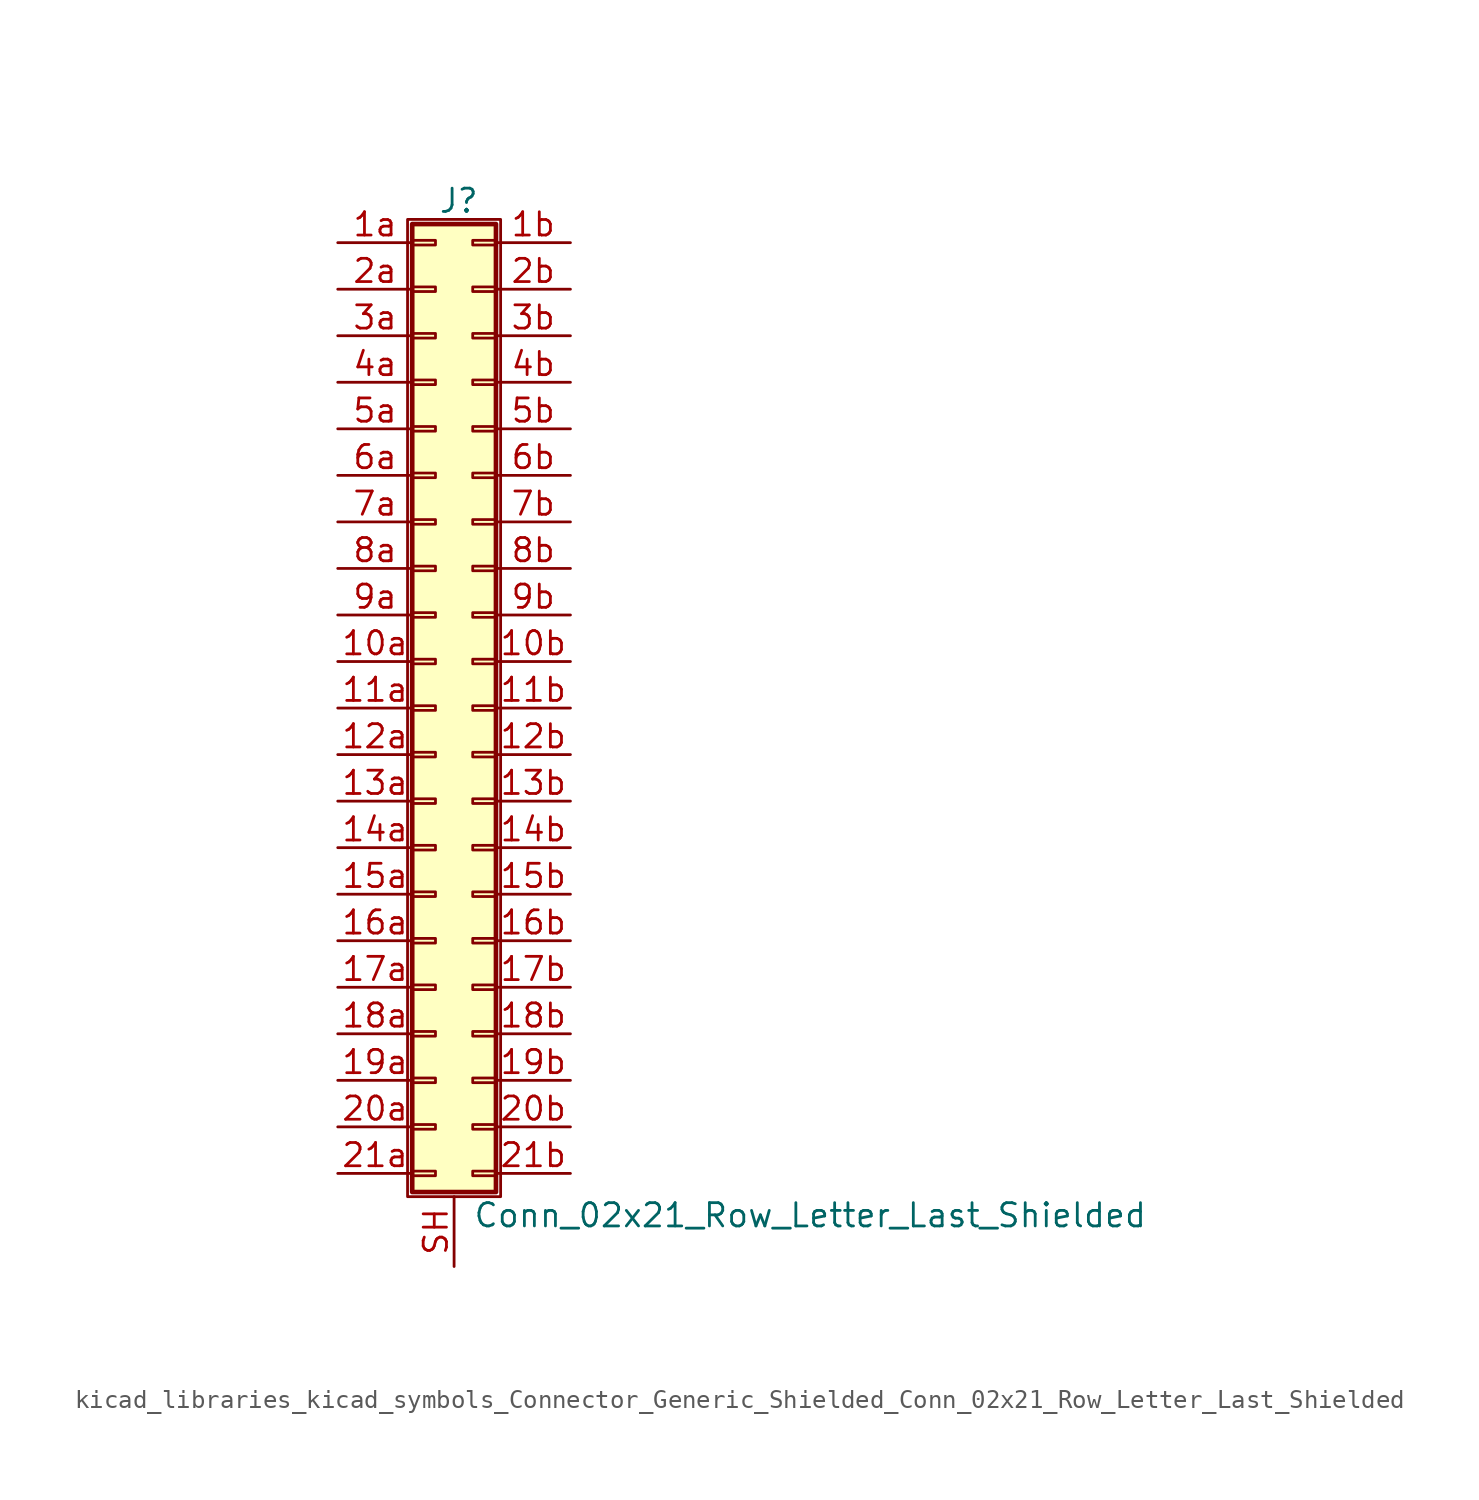
<source format=kicad_sym>
(kicad_symbol_lib
  (version 20220914)
  (generator kicad_symbol_editor)
  (symbol "kicad_libraries_kicad_symbols_Connector_Generic_Shielded_Conn_02x21_Row_Letter_Last_Shielded"
    (pin_names
      (offset 1.016) hide)
    (property "Reference" "J"
      (at 1.524 27.686 0)
      (effects (font (size 1.27 1.27))))
    (property "Value" "Conn_02x21_Row_Letter_Last_Shielded"
      (at 2.286 -27.686 0)
      (effects (font (size 1.27 1.27)) (justify left)))
    (symbol "kicad_libraries_kicad_symbols_Connector_Generic_Shielded_Conn_02x21_Row_Letter_Last_Shielded_1_1"
      (rectangle (start -1.27 26.67) (end 3.81 -26.67) (stroke (width 0.152) (type default)) (fill (type none)))
      (rectangle (start -1.016 -25.273) (end 0.254 -25.527) (stroke (width 0.152) (type default)) (fill (type none)))
      (rectangle (start -1.016 -22.733) (end 0.254 -22.987) (stroke (width 0.152) (type default)) (fill (type none)))
      (rectangle (start -1.016 -20.193) (end 0.254 -20.447) (stroke (width 0.152) (type default)) (fill (type none)))
      (rectangle (start -1.016 -17.653) (end 0.254 -17.907) (stroke (width 0.152) (type default)) (fill (type none)))
      (rectangle (start -1.016 -15.113) (end 0.254 -15.367) (stroke (width 0.152) (type default)) (fill (type none)))
      (rectangle (start -1.016 -12.573) (end 0.254 -12.827) (stroke (width 0.152) (type default)) (fill (type none)))
      (rectangle (start -1.016 -10.033) (end 0.254 -10.287) (stroke (width 0.152) (type default)) (fill (type none)))
      (rectangle (start -1.016 -7.493) (end 0.254 -7.747) (stroke (width 0.152) (type default)) (fill (type none)))
      (rectangle (start -1.016 -4.953) (end 0.254 -5.207) (stroke (width 0.152) (type default)) (fill (type none)))
      (rectangle (start -1.016 -2.413) (end 0.254 -2.667) (stroke (width 0.152) (type default)) (fill (type none)))
      (rectangle (start -1.016 0.127) (end 0.254 -0.127) (stroke (width 0.152) (type default)) (fill (type none)))
      (rectangle (start -1.016 2.667) (end 0.254 2.413) (stroke (width 0.152) (type default)) (fill (type none)))
      (rectangle (start -1.016 5.207) (end 0.254 4.953) (stroke (width 0.152) (type default)) (fill (type none)))
      (rectangle (start -1.016 7.747) (end 0.254 7.493) (stroke (width 0.152) (type default)) (fill (type none)))
      (rectangle (start -1.016 10.287) (end 0.254 10.033) (stroke (width 0.152) (type default)) (fill (type none)))
      (rectangle (start -1.016 12.827) (end 0.254 12.573) (stroke (width 0.152) (type default)) (fill (type none)))
      (rectangle (start -1.016 15.367) (end 0.254 15.113) (stroke (width 0.152) (type default)) (fill (type none)))
      (rectangle (start -1.016 17.907) (end 0.254 17.653) (stroke (width 0.152) (type default)) (fill (type none)))
      (rectangle (start -1.016 20.447) (end 0.254 20.193) (stroke (width 0.152) (type default)) (fill (type none)))
      (rectangle (start -1.016 22.987) (end 0.254 22.733) (stroke (width 0.152) (type default)) (fill (type none)))
      (rectangle (start -1.016 25.527) (end 0.254 25.273) (stroke (width 0.152) (type default)) (fill (type none)))
      (rectangle (start -1.016 26.416) (end 3.556 -26.416) (stroke (width 0.254) (type default)) (fill (type background)))
      (rectangle (start 3.556 -25.273) (end 2.286 -25.527) (stroke (width 0.152) (type default)) (fill (type none)))
      (rectangle (start 3.556 -22.733) (end 2.286 -22.987) (stroke (width 0.152) (type default)) (fill (type none)))
      (rectangle (start 3.556 -20.193) (end 2.286 -20.447) (stroke (width 0.152) (type default)) (fill (type none)))
      (rectangle (start 3.556 -17.653) (end 2.286 -17.907) (stroke (width 0.152) (type default)) (fill (type none)))
      (rectangle (start 3.556 -15.113) (end 2.286 -15.367) (stroke (width 0.152) (type default)) (fill (type none)))
      (rectangle (start 3.556 -12.573) (end 2.286 -12.827) (stroke (width 0.152) (type default)) (fill (type none)))
      (rectangle (start 3.556 -10.033) (end 2.286 -10.287) (stroke (width 0.152) (type default)) (fill (type none)))
      (rectangle (start 3.556 -7.493) (end 2.286 -7.747) (stroke (width 0.152) (type default)) (fill (type none)))
      (rectangle (start 3.556 -4.953) (end 2.286 -5.207) (stroke (width 0.152) (type default)) (fill (type none)))
      (rectangle (start 3.556 -2.413) (end 2.286 -2.667) (stroke (width 0.152) (type default)) (fill (type none)))
      (rectangle (start 3.556 0.127) (end 2.286 -0.127) (stroke (width 0.152) (type default)) (fill (type none)))
      (rectangle (start 3.556 2.667) (end 2.286 2.413) (stroke (width 0.152) (type default)) (fill (type none)))
      (rectangle (start 3.556 5.207) (end 2.286 4.953) (stroke (width 0.152) (type default)) (fill (type none)))
      (rectangle (start 3.556 7.747) (end 2.286 7.493) (stroke (width 0.152) (type default)) (fill (type none)))
      (rectangle (start 3.556 10.287) (end 2.286 10.033) (stroke (width 0.152) (type default)) (fill (type none)))
      (rectangle (start 3.556 12.827) (end 2.286 12.573) (stroke (width 0.152) (type default)) (fill (type none)))
      (rectangle (start 3.556 15.367) (end 2.286 15.113) (stroke (width 0.152) (type default)) (fill (type none)))
      (rectangle (start 3.556 17.907) (end 2.286 17.653) (stroke (width 0.152) (type default)) (fill (type none)))
      (rectangle (start 3.556 20.447) (end 2.286 20.193) (stroke (width 0.152) (type default)) (fill (type none)))
      (rectangle (start 3.556 22.987) (end 2.286 22.733) (stroke (width 0.152) (type default)) (fill (type none)))
      (rectangle (start 3.556 25.527) (end 2.286 25.273) (stroke (width 0.152) (type default)) (fill (type none)))
      (pin passive line (at -5.08 2.54 0) (length 4.064) (name "Pin_10a" (effects (font (size 1.27 1.27)))) (number "10a" (effects (font (size 1.27 1.27)))))
      (pin passive line (at 7.62 2.54 180) (length 4.064) (name "Pin_10b" (effects (font (size 1.27 1.27)))) (number "10b" (effects (font (size 1.27 1.27)))))
      (pin passive line (at -5.08 0 0) (length 4.064) (name "Pin_11a" (effects (font (size 1.27 1.27)))) (number "11a" (effects (font (size 1.27 1.27)))))
      (pin passive line (at 7.62 0 180) (length 4.064) (name "Pin_11b" (effects (font (size 1.27 1.27)))) (number "11b" (effects (font (size 1.27 1.27)))))
      (pin passive line (at -5.08 -2.54 0) (length 4.064) (name "Pin_12a" (effects (font (size 1.27 1.27)))) (number "12a" (effects (font (size 1.27 1.27)))))
      (pin passive line (at 7.62 -2.54 180) (length 4.064) (name "Pin_12b" (effects (font (size 1.27 1.27)))) (number "12b" (effects (font (size 1.27 1.27)))))
      (pin passive line (at -5.08 -5.08 0) (length 4.064) (name "Pin_13a" (effects (font (size 1.27 1.27)))) (number "13a" (effects (font (size 1.27 1.27)))))
      (pin passive line (at 7.62 -5.08 180) (length 4.064) (name "Pin_13b" (effects (font (size 1.27 1.27)))) (number "13b" (effects (font (size 1.27 1.27)))))
      (pin passive line (at -5.08 -7.62 0) (length 4.064) (name "Pin_14a" (effects (font (size 1.27 1.27)))) (number "14a" (effects (font (size 1.27 1.27)))))
      (pin passive line (at 7.62 -7.62 180) (length 4.064) (name "Pin_14b" (effects (font (size 1.27 1.27)))) (number "14b" (effects (font (size 1.27 1.27)))))
      (pin passive line (at -5.08 -10.16 0) (length 4.064) (name "Pin_15a" (effects (font (size 1.27 1.27)))) (number "15a" (effects (font (size 1.27 1.27)))))
      (pin passive line (at 7.62 -10.16 180) (length 4.064) (name "Pin_15b" (effects (font (size 1.27 1.27)))) (number "15b" (effects (font (size 1.27 1.27)))))
      (pin passive line (at -5.08 -12.7 0) (length 4.064) (name "Pin_16a" (effects (font (size 1.27 1.27)))) (number "16a" (effects (font (size 1.27 1.27)))))
      (pin passive line (at 7.62 -12.7 180) (length 4.064) (name "Pin_16b" (effects (font (size 1.27 1.27)))) (number "16b" (effects (font (size 1.27 1.27)))))
      (pin passive line (at -5.08 -15.24 0) (length 4.064) (name "Pin_17a" (effects (font (size 1.27 1.27)))) (number "17a" (effects (font (size 1.27 1.27)))))
      (pin passive line (at 7.62 -15.24 180) (length 4.064) (name "Pin_17b" (effects (font (size 1.27 1.27)))) (number "17b" (effects (font (size 1.27 1.27)))))
      (pin passive line (at -5.08 -17.78 0) (length 4.064) (name "Pin_18a" (effects (font (size 1.27 1.27)))) (number "18a" (effects (font (size 1.27 1.27)))))
      (pin passive line (at 7.62 -17.78 180) (length 4.064) (name "Pin_18b" (effects (font (size 1.27 1.27)))) (number "18b" (effects (font (size 1.27 1.27)))))
      (pin passive line (at -5.08 -20.32 0) (length 4.064) (name "Pin_19a" (effects (font (size 1.27 1.27)))) (number "19a" (effects (font (size 1.27 1.27)))))
      (pin passive line (at 7.62 -20.32 180) (length 4.064) (name "Pin_19b" (effects (font (size 1.27 1.27)))) (number "19b" (effects (font (size 1.27 1.27)))))
      (pin passive line (at -5.08 25.4 0) (length 4.064) (name "Pin_1a" (effects (font (size 1.27 1.27)))) (number "1a" (effects (font (size 1.27 1.27)))))
      (pin passive line (at 7.62 25.4 180) (length 4.064) (name "Pin_1b" (effects (font (size 1.27 1.27)))) (number "1b" (effects (font (size 1.27 1.27)))))
      (pin passive line (at -5.08 -22.86 0) (length 4.064) (name "Pin_20a" (effects (font (size 1.27 1.27)))) (number "20a" (effects (font (size 1.27 1.27)))))
      (pin passive line (at 7.62 -22.86 180) (length 4.064) (name "Pin_20b" (effects (font (size 1.27 1.27)))) (number "20b" (effects (font (size 1.27 1.27)))))
      (pin passive line (at -5.08 -25.4 0) (length 4.064) (name "Pin_21a" (effects (font (size 1.27 1.27)))) (number "21a" (effects (font (size 1.27 1.27)))))
      (pin passive line (at 7.62 -25.4 180) (length 4.064) (name "Pin_21b" (effects (font (size 1.27 1.27)))) (number "21b" (effects (font (size 1.27 1.27)))))
      (pin passive line (at -5.08 22.86 0) (length 4.064) (name "Pin_2a" (effects (font (size 1.27 1.27)))) (number "2a" (effects (font (size 1.27 1.27)))))
      (pin passive line (at 7.62 22.86 180) (length 4.064) (name "Pin_2b" (effects (font (size 1.27 1.27)))) (number "2b" (effects (font (size 1.27 1.27)))))
      (pin passive line (at -5.08 20.32 0) (length 4.064) (name "Pin_3a" (effects (font (size 1.27 1.27)))) (number "3a" (effects (font (size 1.27 1.27)))))
      (pin passive line (at 7.62 20.32 180) (length 4.064) (name "Pin_3b" (effects (font (size 1.27 1.27)))) (number "3b" (effects (font (size 1.27 1.27)))))
      (pin passive line (at -5.08 17.78 0) (length 4.064) (name "Pin_4a" (effects (font (size 1.27 1.27)))) (number "4a" (effects (font (size 1.27 1.27)))))
      (pin passive line (at 7.62 17.78 180) (length 4.064) (name "Pin_4b" (effects (font (size 1.27 1.27)))) (number "4b" (effects (font (size 1.27 1.27)))))
      (pin passive line (at -5.08 15.24 0) (length 4.064) (name "Pin_5a" (effects (font (size 1.27 1.27)))) (number "5a" (effects (font (size 1.27 1.27)))))
      (pin passive line (at 7.62 15.24 180) (length 4.064) (name "Pin_5b" (effects (font (size 1.27 1.27)))) (number "5b" (effects (font (size 1.27 1.27)))))
      (pin passive line (at -5.08 12.7 0) (length 4.064) (name "Pin_6a" (effects (font (size 1.27 1.27)))) (number "6a" (effects (font (size 1.27 1.27)))))
      (pin passive line (at 7.62 12.7 180) (length 4.064) (name "Pin_6b" (effects (font (size 1.27 1.27)))) (number "6b" (effects (font (size 1.27 1.27)))))
      (pin passive line (at -5.08 10.16 0) (length 4.064) (name "Pin_7a" (effects (font (size 1.27 1.27)))) (number "7a" (effects (font (size 1.27 1.27)))))
      (pin passive line (at 7.62 10.16 180) (length 4.064) (name "Pin_7b" (effects (font (size 1.27 1.27)))) (number "7b" (effects (font (size 1.27 1.27)))))
      (pin passive line (at -5.08 7.62 0) (length 4.064) (name "Pin_8a" (effects (font (size 1.27 1.27)))) (number "8a" (effects (font (size 1.27 1.27)))))
      (pin passive line (at 7.62 7.62 180) (length 4.064) (name "Pin_8b" (effects (font (size 1.27 1.27)))) (number "8b" (effects (font (size 1.27 1.27)))))
      (pin passive line (at -5.08 5.08 0) (length 4.064) (name "Pin_9a" (effects (font (size 1.27 1.27)))) (number "9a" (effects (font (size 1.27 1.27)))))
      (pin passive line (at 7.62 5.08 180) (length 4.064) (name "Pin_9b" (effects (font (size 1.27 1.27)))) (number "9b" (effects (font (size 1.27 1.27)))))
      (pin passive line (at 1.27 -30.48 90) (length 3.81) (name "Shield" (effects (font (size 1.27 1.27)))) (number "SH" (effects (font (size 1.27 1.27))))))))
</source>
